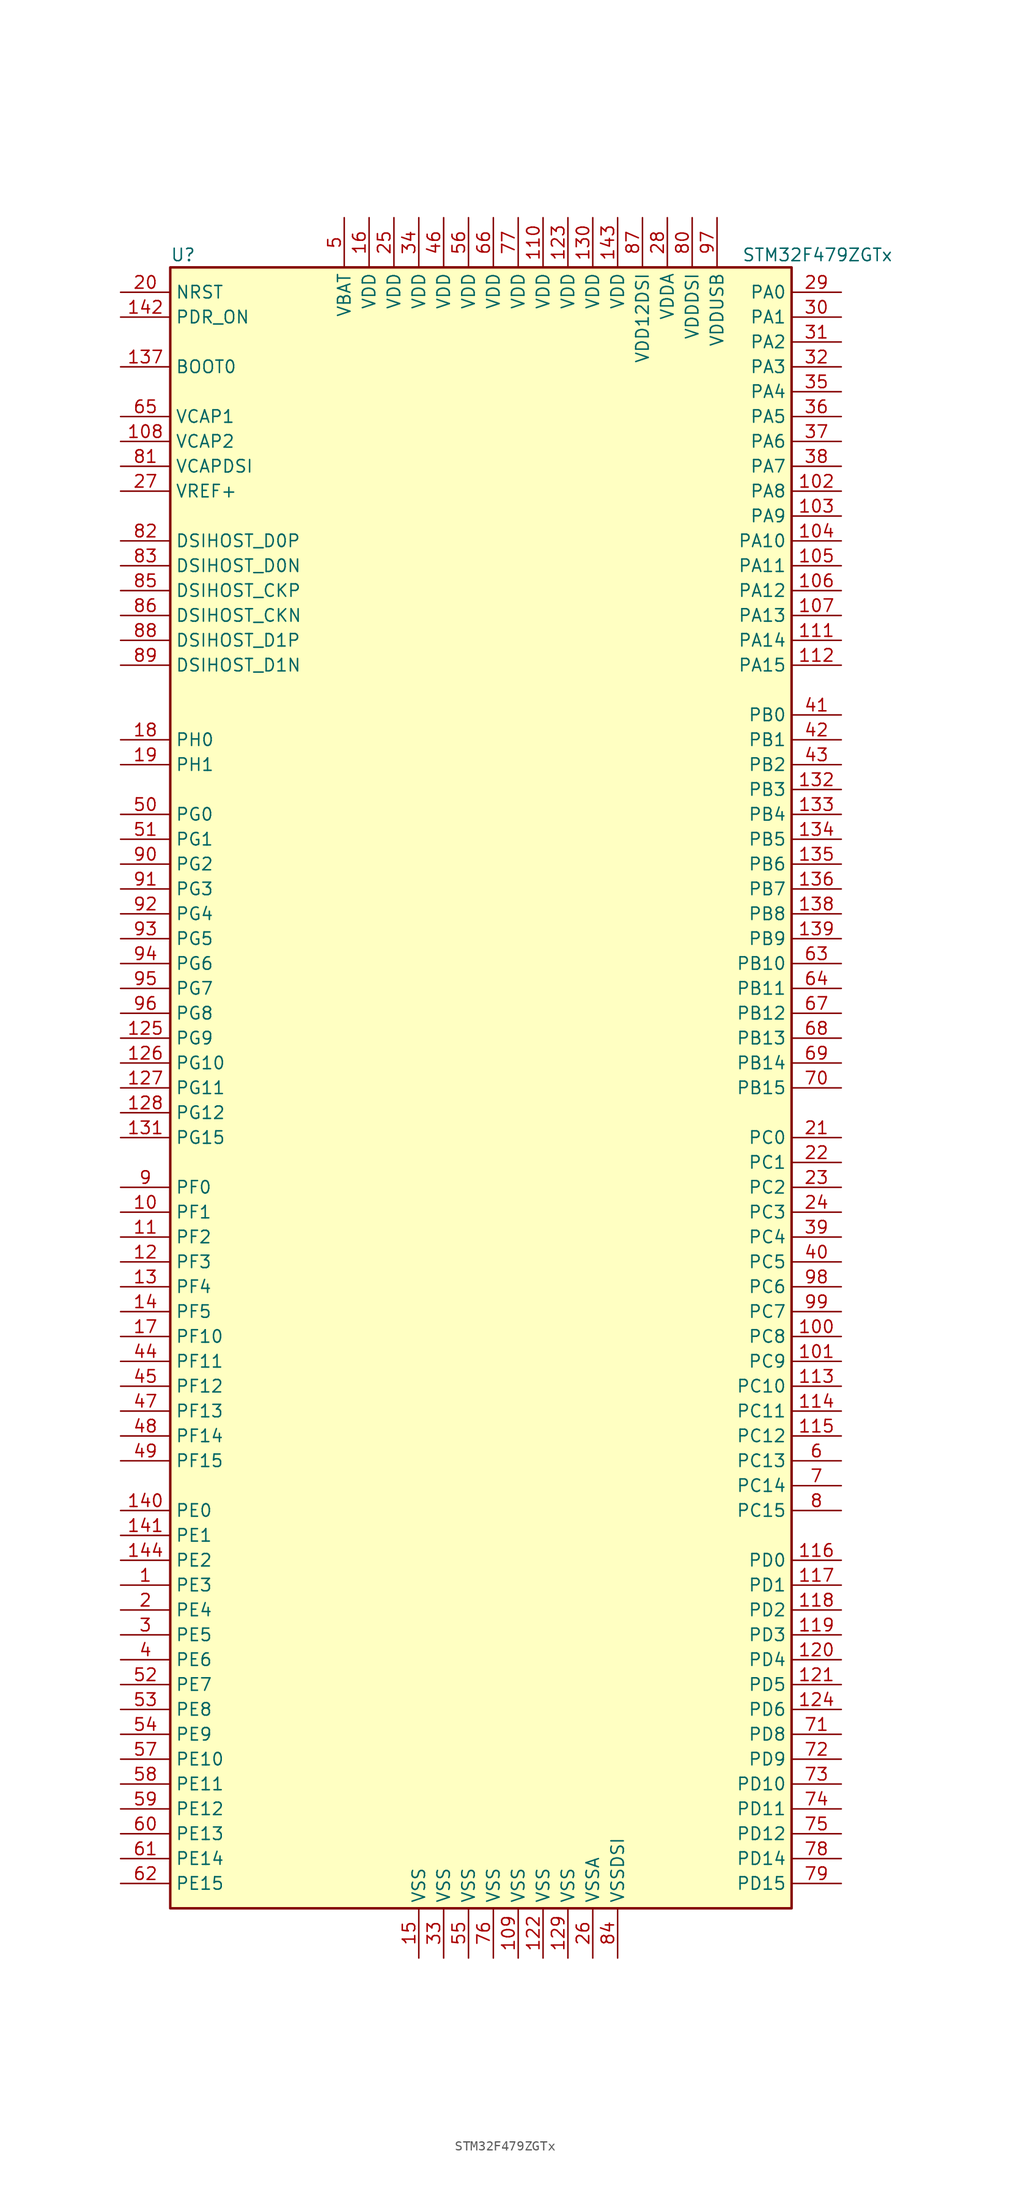
<source format=kicad_sym>
(kicad_symbol_lib
  (version 20201005)
  (generator kicad_symbol_editor)
  (symbol "STM32F479ZGTx"
    (property "Reference" "U"
      (at -33.02 85.09 0)
      (effects (font (size 1.27 1.27)) (justify left)))
    (property "Value" "STM32F479ZGTx"
      (at 25.4 85.09 0)
      (effects (font (size 1.27 1.27)) (justify left)))
    (symbol "STM32F479ZGTx_0_1"
      (rectangle (start -33.02 -83.82) (end 30.48 83.82) (stroke (width 0.254)) (fill (type background))))
    (symbol "STM32F479ZGTx_1_1"
      (pin bidirectional line (at -38.1 -50.8 0) (length 5.08) (name "PE3" (effects (font (size 1.27 1.27)))) (number "1" (effects (font (size 1.27 1.27)))))
      (pin bidirectional line (at -38.1 -12.7 0) (length 5.08) (name "PF1" (effects (font (size 1.27 1.27)))) (number "10" (effects (font (size 1.27 1.27)))))
      (pin bidirectional line (at 35.56 -25.4 180) (length 5.08) (name "PC8" (effects (font (size 1.27 1.27)))) (number "100" (effects (font (size 1.27 1.27)))))
      (pin bidirectional line (at 35.56 -27.94 180) (length 5.08) (name "PC9" (effects (font (size 1.27 1.27)))) (number "101" (effects (font (size 1.27 1.27)))))
      (pin bidirectional line (at 35.56 60.96 180) (length 5.08) (name "PA8" (effects (font (size 1.27 1.27)))) (number "102" (effects (font (size 1.27 1.27)))))
      (pin bidirectional line (at 35.56 58.42 180) (length 5.08) (name "PA9" (effects (font (size 1.27 1.27)))) (number "103" (effects (font (size 1.27 1.27)))))
      (pin bidirectional line (at 35.56 55.88 180) (length 5.08) (name "PA10" (effects (font (size 1.27 1.27)))) (number "104" (effects (font (size 1.27 1.27)))))
      (pin bidirectional line (at 35.56 53.34 180) (length 5.08) (name "PA11" (effects (font (size 1.27 1.27)))) (number "105" (effects (font (size 1.27 1.27)))))
      (pin bidirectional line (at 35.56 50.8 180) (length 5.08) (name "PA12" (effects (font (size 1.27 1.27)))) (number "106" (effects (font (size 1.27 1.27)))))
      (pin bidirectional line (at 35.56 48.26 180) (length 5.08) (name "PA13" (effects (font (size 1.27 1.27)))) (number "107" (effects (font (size 1.27 1.27)))))
      (pin power_in line (at -38.1 66.04 0) (length 5.08) (name "VCAP2" (effects (font (size 1.27 1.27)))) (number "108" (effects (font (size 1.27 1.27)))))
      (pin power_in line (at 2.54 -88.9 90) (length 5.08) (name "VSS" (effects (font (size 1.27 1.27)))) (number "109" (effects (font (size 1.27 1.27)))))
      (pin bidirectional line (at -38.1 -15.24 0) (length 5.08) (name "PF2" (effects (font (size 1.27 1.27)))) (number "11" (effects (font (size 1.27 1.27)))))
      (pin power_in line (at 5.08 88.9 270) (length 5.08) (name "VDD" (effects (font (size 1.27 1.27)))) (number "110" (effects (font (size 1.27 1.27)))))
      (pin bidirectional line (at 35.56 45.72 180) (length 5.08) (name "PA14" (effects (font (size 1.27 1.27)))) (number "111" (effects (font (size 1.27 1.27)))))
      (pin bidirectional line (at 35.56 43.18 180) (length 5.08) (name "PA15" (effects (font (size 1.27 1.27)))) (number "112" (effects (font (size 1.27 1.27)))))
      (pin bidirectional line (at 35.56 -30.48 180) (length 5.08) (name "PC10" (effects (font (size 1.27 1.27)))) (number "113" (effects (font (size 1.27 1.27)))))
      (pin bidirectional line (at 35.56 -33.02 180) (length 5.08) (name "PC11" (effects (font (size 1.27 1.27)))) (number "114" (effects (font (size 1.27 1.27)))))
      (pin bidirectional line (at 35.56 -35.56 180) (length 5.08) (name "PC12" (effects (font (size 1.27 1.27)))) (number "115" (effects (font (size 1.27 1.27)))))
      (pin bidirectional line (at 35.56 -48.26 180) (length 5.08) (name "PD0" (effects (font (size 1.27 1.27)))) (number "116" (effects (font (size 1.27 1.27)))))
      (pin bidirectional line (at 35.56 -50.8 180) (length 5.08) (name "PD1" (effects (font (size 1.27 1.27)))) (number "117" (effects (font (size 1.27 1.27)))))
      (pin bidirectional line (at 35.56 -53.34 180) (length 5.08) (name "PD2" (effects (font (size 1.27 1.27)))) (number "118" (effects (font (size 1.27 1.27)))))
      (pin bidirectional line (at 35.56 -55.88 180) (length 5.08) (name "PD3" (effects (font (size 1.27 1.27)))) (number "119" (effects (font (size 1.27 1.27)))))
      (pin bidirectional line (at -38.1 -17.78 0) (length 5.08) (name "PF3" (effects (font (size 1.27 1.27)))) (number "12" (effects (font (size 1.27 1.27)))))
      (pin bidirectional line (at 35.56 -58.42 180) (length 5.08) (name "PD4" (effects (font (size 1.27 1.27)))) (number "120" (effects (font (size 1.27 1.27)))))
      (pin bidirectional line (at 35.56 -60.96 180) (length 5.08) (name "PD5" (effects (font (size 1.27 1.27)))) (number "121" (effects (font (size 1.27 1.27)))))
      (pin power_in line (at 5.08 -88.9 90) (length 5.08) (name "VSS" (effects (font (size 1.27 1.27)))) (number "122" (effects (font (size 1.27 1.27)))))
      (pin power_in line (at 7.62 88.9 270) (length 5.08) (name "VDD" (effects (font (size 1.27 1.27)))) (number "123" (effects (font (size 1.27 1.27)))))
      (pin bidirectional line (at 35.56 -63.5 180) (length 5.08) (name "PD6" (effects (font (size 1.27 1.27)))) (number "124" (effects (font (size 1.27 1.27)))))
      (pin bidirectional line (at -38.1 5.08 0) (length 5.08) (name "PG9" (effects (font (size 1.27 1.27)))) (number "125" (effects (font (size 1.27 1.27)))))
      (pin bidirectional line (at -38.1 2.54 0) (length 5.08) (name "PG10" (effects (font (size 1.27 1.27)))) (number "126" (effects (font (size 1.27 1.27)))))
      (pin bidirectional line (at -38.1 0 0) (length 5.08) (name "PG11" (effects (font (size 1.27 1.27)))) (number "127" (effects (font (size 1.27 1.27)))))
      (pin bidirectional line (at -38.1 -2.54 0) (length 5.08) (name "PG12" (effects (font (size 1.27 1.27)))) (number "128" (effects (font (size 1.27 1.27)))))
      (pin power_in line (at 7.62 -88.9 90) (length 5.08) (name "VSS" (effects (font (size 1.27 1.27)))) (number "129" (effects (font (size 1.27 1.27)))))
      (pin bidirectional line (at -38.1 -20.32 0) (length 5.08) (name "PF4" (effects (font (size 1.27 1.27)))) (number "13" (effects (font (size 1.27 1.27)))))
      (pin power_in line (at 10.16 88.9 270) (length 5.08) (name "VDD" (effects (font (size 1.27 1.27)))) (number "130" (effects (font (size 1.27 1.27)))))
      (pin bidirectional line (at -38.1 -5.08 0) (length 5.08) (name "PG15" (effects (font (size 1.27 1.27)))) (number "131" (effects (font (size 1.27 1.27)))))
      (pin bidirectional line (at 35.56 30.48 180) (length 5.08) (name "PB3" (effects (font (size 1.27 1.27)))) (number "132" (effects (font (size 1.27 1.27)))))
      (pin bidirectional line (at 35.56 27.94 180) (length 5.08) (name "PB4" (effects (font (size 1.27 1.27)))) (number "133" (effects (font (size 1.27 1.27)))))
      (pin bidirectional line (at 35.56 25.4 180) (length 5.08) (name "PB5" (effects (font (size 1.27 1.27)))) (number "134" (effects (font (size 1.27 1.27)))))
      (pin bidirectional line (at 35.56 22.86 180) (length 5.08) (name "PB6" (effects (font (size 1.27 1.27)))) (number "135" (effects (font (size 1.27 1.27)))))
      (pin bidirectional line (at 35.56 20.32 180) (length 5.08) (name "PB7" (effects (font (size 1.27 1.27)))) (number "136" (effects (font (size 1.27 1.27)))))
      (pin input line (at -38.1 73.66 0) (length 5.08) (name "BOOT0" (effects (font (size 1.27 1.27)))) (number "137" (effects (font (size 1.27 1.27)))))
      (pin bidirectional line (at 35.56 17.78 180) (length 5.08) (name "PB8" (effects (font (size 1.27 1.27)))) (number "138" (effects (font (size 1.27 1.27)))))
      (pin bidirectional line (at 35.56 15.24 180) (length 5.08) (name "PB9" (effects (font (size 1.27 1.27)))) (number "139" (effects (font (size 1.27 1.27)))))
      (pin bidirectional line (at -38.1 -22.86 0) (length 5.08) (name "PF5" (effects (font (size 1.27 1.27)))) (number "14" (effects (font (size 1.27 1.27)))))
      (pin bidirectional line (at -38.1 -43.18 0) (length 5.08) (name "PE0" (effects (font (size 1.27 1.27)))) (number "140" (effects (font (size 1.27 1.27)))))
      (pin bidirectional line (at -38.1 -45.72 0) (length 5.08) (name "PE1" (effects (font (size 1.27 1.27)))) (number "141" (effects (font (size 1.27 1.27)))))
      (pin input line (at -38.1 78.74 0) (length 5.08) (name "PDR_ON" (effects (font (size 1.27 1.27)))) (number "142" (effects (font (size 1.27 1.27)))))
      (pin power_in line (at 12.7 88.9 270) (length 5.08) (name "VDD" (effects (font (size 1.27 1.27)))) (number "143" (effects (font (size 1.27 1.27)))))
      (pin bidirectional line (at -38.1 -48.26 0) (length 5.08) (name "PE2" (effects (font (size 1.27 1.27)))) (number "144" (effects (font (size 1.27 1.27)))))
      (pin power_in line (at -7.62 -88.9 90) (length 5.08) (name "VSS" (effects (font (size 1.27 1.27)))) (number "15" (effects (font (size 1.27 1.27)))))
      (pin power_in line (at -12.7 88.9 270) (length 5.08) (name "VDD" (effects (font (size 1.27 1.27)))) (number "16" (effects (font (size 1.27 1.27)))))
      (pin bidirectional line (at -38.1 -25.4 0) (length 5.08) (name "PF10" (effects (font (size 1.27 1.27)))) (number "17" (effects (font (size 1.27 1.27)))))
      (pin input line (at -38.1 35.56 0) (length 5.08) (name "PH0" (effects (font (size 1.27 1.27)))) (number "18" (effects (font (size 1.27 1.27)))))
      (pin input line (at -38.1 33.02 0) (length 5.08) (name "PH1" (effects (font (size 1.27 1.27)))) (number "19" (effects (font (size 1.27 1.27)))))
      (pin bidirectional line (at -38.1 -53.34 0) (length 5.08) (name "PE4" (effects (font (size 1.27 1.27)))) (number "2" (effects (font (size 1.27 1.27)))))
      (pin input line (at -38.1 81.28 0) (length 5.08) (name "NRST" (effects (font (size 1.27 1.27)))) (number "20" (effects (font (size 1.27 1.27)))))
      (pin bidirectional line (at 35.56 -5.08 180) (length 5.08) (name "PC0" (effects (font (size 1.27 1.27)))) (number "21" (effects (font (size 1.27 1.27)))))
      (pin bidirectional line (at 35.56 -7.62 180) (length 5.08) (name "PC1" (effects (font (size 1.27 1.27)))) (number "22" (effects (font (size 1.27 1.27)))))
      (pin bidirectional line (at 35.56 -10.16 180) (length 5.08) (name "PC2" (effects (font (size 1.27 1.27)))) (number "23" (effects (font (size 1.27 1.27)))))
      (pin bidirectional line (at 35.56 -12.7 180) (length 5.08) (name "PC3" (effects (font (size 1.27 1.27)))) (number "24" (effects (font (size 1.27 1.27)))))
      (pin power_in line (at -10.16 88.9 270) (length 5.08) (name "VDD" (effects (font (size 1.27 1.27)))) (number "25" (effects (font (size 1.27 1.27)))))
      (pin power_in line (at 10.16 -88.9 90) (length 5.08) (name "VSSA" (effects (font (size 1.27 1.27)))) (number "26" (effects (font (size 1.27 1.27)))))
      (pin power_in line (at -38.1 60.96 0) (length 5.08) (name "VREF+" (effects (font (size 1.27 1.27)))) (number "27" (effects (font (size 1.27 1.27)))))
      (pin power_in line (at 17.78 88.9 270) (length 5.08) (name "VDDA" (effects (font (size 1.27 1.27)))) (number "28" (effects (font (size 1.27 1.27)))))
      (pin bidirectional line (at 35.56 81.28 180) (length 5.08) (name "PA0" (effects (font (size 1.27 1.27)))) (number "29" (effects (font (size 1.27 1.27)))))
      (pin bidirectional line (at -38.1 -55.88 0) (length 5.08) (name "PE5" (effects (font (size 1.27 1.27)))) (number "3" (effects (font (size 1.27 1.27)))))
      (pin bidirectional line (at 35.56 78.74 180) (length 5.08) (name "PA1" (effects (font (size 1.27 1.27)))) (number "30" (effects (font (size 1.27 1.27)))))
      (pin bidirectional line (at 35.56 76.2 180) (length 5.08) (name "PA2" (effects (font (size 1.27 1.27)))) (number "31" (effects (font (size 1.27 1.27)))))
      (pin bidirectional line (at 35.56 73.66 180) (length 5.08) (name "PA3" (effects (font (size 1.27 1.27)))) (number "32" (effects (font (size 1.27 1.27)))))
      (pin power_in line (at -5.08 -88.9 90) (length 5.08) (name "VSS" (effects (font (size 1.27 1.27)))) (number "33" (effects (font (size 1.27 1.27)))))
      (pin power_in line (at -7.62 88.9 270) (length 5.08) (name "VDD" (effects (font (size 1.27 1.27)))) (number "34" (effects (font (size 1.27 1.27)))))
      (pin bidirectional line (at 35.56 71.12 180) (length 5.08) (name "PA4" (effects (font (size 1.27 1.27)))) (number "35" (effects (font (size 1.27 1.27)))))
      (pin bidirectional line (at 35.56 68.58 180) (length 5.08) (name "PA5" (effects (font (size 1.27 1.27)))) (number "36" (effects (font (size 1.27 1.27)))))
      (pin bidirectional line (at 35.56 66.04 180) (length 5.08) (name "PA6" (effects (font (size 1.27 1.27)))) (number "37" (effects (font (size 1.27 1.27)))))
      (pin bidirectional line (at 35.56 63.5 180) (length 5.08) (name "PA7" (effects (font (size 1.27 1.27)))) (number "38" (effects (font (size 1.27 1.27)))))
      (pin bidirectional line (at 35.56 -15.24 180) (length 5.08) (name "PC4" (effects (font (size 1.27 1.27)))) (number "39" (effects (font (size 1.27 1.27)))))
      (pin bidirectional line (at -38.1 -58.42 0) (length 5.08) (name "PE6" (effects (font (size 1.27 1.27)))) (number "4" (effects (font (size 1.27 1.27)))))
      (pin bidirectional line (at 35.56 -17.78 180) (length 5.08) (name "PC5" (effects (font (size 1.27 1.27)))) (number "40" (effects (font (size 1.27 1.27)))))
      (pin bidirectional line (at 35.56 38.1 180) (length 5.08) (name "PB0" (effects (font (size 1.27 1.27)))) (number "41" (effects (font (size 1.27 1.27)))))
      (pin bidirectional line (at 35.56 35.56 180) (length 5.08) (name "PB1" (effects (font (size 1.27 1.27)))) (number "42" (effects (font (size 1.27 1.27)))))
      (pin bidirectional line (at 35.56 33.02 180) (length 5.08) (name "PB2" (effects (font (size 1.27 1.27)))) (number "43" (effects (font (size 1.27 1.27)))))
      (pin bidirectional line (at -38.1 -27.94 0) (length 5.08) (name "PF11" (effects (font (size 1.27 1.27)))) (number "44" (effects (font (size 1.27 1.27)))))
      (pin bidirectional line (at -38.1 -30.48 0) (length 5.08) (name "PF12" (effects (font (size 1.27 1.27)))) (number "45" (effects (font (size 1.27 1.27)))))
      (pin power_in line (at -5.08 88.9 270) (length 5.08) (name "VDD" (effects (font (size 1.27 1.27)))) (number "46" (effects (font (size 1.27 1.27)))))
      (pin bidirectional line (at -38.1 -33.02 0) (length 5.08) (name "PF13" (effects (font (size 1.27 1.27)))) (number "47" (effects (font (size 1.27 1.27)))))
      (pin bidirectional line (at -38.1 -35.56 0) (length 5.08) (name "PF14" (effects (font (size 1.27 1.27)))) (number "48" (effects (font (size 1.27 1.27)))))
      (pin bidirectional line (at -38.1 -38.1 0) (length 5.08) (name "PF15" (effects (font (size 1.27 1.27)))) (number "49" (effects (font (size 1.27 1.27)))))
      (pin power_in line (at -15.24 88.9 270) (length 5.08) (name "VBAT" (effects (font (size 1.27 1.27)))) (number "5" (effects (font (size 1.27 1.27)))))
      (pin bidirectional line (at -38.1 27.94 0) (length 5.08) (name "PG0" (effects (font (size 1.27 1.27)))) (number "50" (effects (font (size 1.27 1.27)))))
      (pin bidirectional line (at -38.1 25.4 0) (length 5.08) (name "PG1" (effects (font (size 1.27 1.27)))) (number "51" (effects (font (size 1.27 1.27)))))
      (pin bidirectional line (at -38.1 -60.96 0) (length 5.08) (name "PE7" (effects (font (size 1.27 1.27)))) (number "52" (effects (font (size 1.27 1.27)))))
      (pin bidirectional line (at -38.1 -63.5 0) (length 5.08) (name "PE8" (effects (font (size 1.27 1.27)))) (number "53" (effects (font (size 1.27 1.27)))))
      (pin bidirectional line (at -38.1 -66.04 0) (length 5.08) (name "PE9" (effects (font (size 1.27 1.27)))) (number "54" (effects (font (size 1.27 1.27)))))
      (pin power_in line (at -2.54 -88.9 90) (length 5.08) (name "VSS" (effects (font (size 1.27 1.27)))) (number "55" (effects (font (size 1.27 1.27)))))
      (pin power_in line (at -2.54 88.9 270) (length 5.08) (name "VDD" (effects (font (size 1.27 1.27)))) (number "56" (effects (font (size 1.27 1.27)))))
      (pin bidirectional line (at -38.1 -68.58 0) (length 5.08) (name "PE10" (effects (font (size 1.27 1.27)))) (number "57" (effects (font (size 1.27 1.27)))))
      (pin bidirectional line (at -38.1 -71.12 0) (length 5.08) (name "PE11" (effects (font (size 1.27 1.27)))) (number "58" (effects (font (size 1.27 1.27)))))
      (pin bidirectional line (at -38.1 -73.66 0) (length 5.08) (name "PE12" (effects (font (size 1.27 1.27)))) (number "59" (effects (font (size 1.27 1.27)))))
      (pin bidirectional line (at 35.56 -38.1 180) (length 5.08) (name "PC13" (effects (font (size 1.27 1.27)))) (number "6" (effects (font (size 1.27 1.27)))))
      (pin bidirectional line (at -38.1 -76.2 0) (length 5.08) (name "PE13" (effects (font (size 1.27 1.27)))) (number "60" (effects (font (size 1.27 1.27)))))
      (pin bidirectional line (at -38.1 -78.74 0) (length 5.08) (name "PE14" (effects (font (size 1.27 1.27)))) (number "61" (effects (font (size 1.27 1.27)))))
      (pin bidirectional line (at -38.1 -81.28 0) (length 5.08) (name "PE15" (effects (font (size 1.27 1.27)))) (number "62" (effects (font (size 1.27 1.27)))))
      (pin bidirectional line (at 35.56 12.7 180) (length 5.08) (name "PB10" (effects (font (size 1.27 1.27)))) (number "63" (effects (font (size 1.27 1.27)))))
      (pin bidirectional line (at 35.56 10.16 180) (length 5.08) (name "PB11" (effects (font (size 1.27 1.27)))) (number "64" (effects (font (size 1.27 1.27)))))
      (pin power_in line (at -38.1 68.58 0) (length 5.08) (name "VCAP1" (effects (font (size 1.27 1.27)))) (number "65" (effects (font (size 1.27 1.27)))))
      (pin power_in line (at 0 88.9 270) (length 5.08) (name "VDD" (effects (font (size 1.27 1.27)))) (number "66" (effects (font (size 1.27 1.27)))))
      (pin bidirectional line (at 35.56 7.62 180) (length 5.08) (name "PB12" (effects (font (size 1.27 1.27)))) (number "67" (effects (font (size 1.27 1.27)))))
      (pin bidirectional line (at 35.56 5.08 180) (length 5.08) (name "PB13" (effects (font (size 1.27 1.27)))) (number "68" (effects (font (size 1.27 1.27)))))
      (pin bidirectional line (at 35.56 2.54 180) (length 5.08) (name "PB14" (effects (font (size 1.27 1.27)))) (number "69" (effects (font (size 1.27 1.27)))))
      (pin bidirectional line (at 35.56 -40.64 180) (length 5.08) (name "PC14" (effects (font (size 1.27 1.27)))) (number "7" (effects (font (size 1.27 1.27)))))
      (pin bidirectional line (at 35.56 0 180) (length 5.08) (name "PB15" (effects (font (size 1.27 1.27)))) (number "70" (effects (font (size 1.27 1.27)))))
      (pin bidirectional line (at 35.56 -66.04 180) (length 5.08) (name "PD8" (effects (font (size 1.27 1.27)))) (number "71" (effects (font (size 1.27 1.27)))))
      (pin bidirectional line (at 35.56 -68.58 180) (length 5.08) (name "PD9" (effects (font (size 1.27 1.27)))) (number "72" (effects (font (size 1.27 1.27)))))
      (pin bidirectional line (at 35.56 -71.12 180) (length 5.08) (name "PD10" (effects (font (size 1.27 1.27)))) (number "73" (effects (font (size 1.27 1.27)))))
      (pin bidirectional line (at 35.56 -73.66 180) (length 5.08) (name "PD11" (effects (font (size 1.27 1.27)))) (number "74" (effects (font (size 1.27 1.27)))))
      (pin bidirectional line (at 35.56 -76.2 180) (length 5.08) (name "PD12" (effects (font (size 1.27 1.27)))) (number "75" (effects (font (size 1.27 1.27)))))
      (pin power_in line (at 0 -88.9 90) (length 5.08) (name "VSS" (effects (font (size 1.27 1.27)))) (number "76" (effects (font (size 1.27 1.27)))))
      (pin power_in line (at 2.54 88.9 270) (length 5.08) (name "VDD" (effects (font (size 1.27 1.27)))) (number "77" (effects (font (size 1.27 1.27)))))
      (pin bidirectional line (at 35.56 -78.74 180) (length 5.08) (name "PD14" (effects (font (size 1.27 1.27)))) (number "78" (effects (font (size 1.27 1.27)))))
      (pin bidirectional line (at 35.56 -81.28 180) (length 5.08) (name "PD15" (effects (font (size 1.27 1.27)))) (number "79" (effects (font (size 1.27 1.27)))))
      (pin bidirectional line (at 35.56 -43.18 180) (length 5.08) (name "PC15" (effects (font (size 1.27 1.27)))) (number "8" (effects (font (size 1.27 1.27)))))
      (pin power_in line (at 20.32 88.9 270) (length 5.08) (name "VDDDSI" (effects (font (size 1.27 1.27)))) (number "80" (effects (font (size 1.27 1.27)))))
      (pin power_in line (at -38.1 63.5 0) (length 5.08) (name "VCAPDSI" (effects (font (size 1.27 1.27)))) (number "81" (effects (font (size 1.27 1.27)))))
      (pin bidirectional line (at -38.1 55.88 0) (length 5.08) (name "DSIHOST_D0P" (effects (font (size 1.27 1.27)))) (number "82" (effects (font (size 1.27 1.27)))))
      (pin bidirectional line (at -38.1 53.34 0) (length 5.08) (name "DSIHOST_D0N" (effects (font (size 1.27 1.27)))) (number "83" (effects (font (size 1.27 1.27)))))
      (pin power_in line (at 12.7 -88.9 90) (length 5.08) (name "VSSDSI" (effects (font (size 1.27 1.27)))) (number "84" (effects (font (size 1.27 1.27)))))
      (pin bidirectional line (at -38.1 50.8 0) (length 5.08) (name "DSIHOST_CKP" (effects (font (size 1.27 1.27)))) (number "85" (effects (font (size 1.27 1.27)))))
      (pin bidirectional line (at -38.1 48.26 0) (length 5.08) (name "DSIHOST_CKN" (effects (font (size 1.27 1.27)))) (number "86" (effects (font (size 1.27 1.27)))))
      (pin power_in line (at 15.24 88.9 270) (length 5.08) (name "VDD12DSI" (effects (font (size 1.27 1.27)))) (number "87" (effects (font (size 1.27 1.27)))))
      (pin bidirectional line (at -38.1 45.72 0) (length 5.08) (name "DSIHOST_D1P" (effects (font (size 1.27 1.27)))) (number "88" (effects (font (size 1.27 1.27)))))
      (pin bidirectional line (at -38.1 43.18 0) (length 5.08) (name "DSIHOST_D1N" (effects (font (size 1.27 1.27)))) (number "89" (effects (font (size 1.27 1.27)))))
      (pin bidirectional line (at -38.1 -10.16 0) (length 5.08) (name "PF0" (effects (font (size 1.27 1.27)))) (number "9" (effects (font (size 1.27 1.27)))))
      (pin bidirectional line (at -38.1 22.86 0) (length 5.08) (name "PG2" (effects (font (size 1.27 1.27)))) (number "90" (effects (font (size 1.27 1.27)))))
      (pin bidirectional line (at -38.1 20.32 0) (length 5.08) (name "PG3" (effects (font (size 1.27 1.27)))) (number "91" (effects (font (size 1.27 1.27)))))
      (pin bidirectional line (at -38.1 17.78 0) (length 5.08) (name "PG4" (effects (font (size 1.27 1.27)))) (number "92" (effects (font (size 1.27 1.27)))))
      (pin bidirectional line (at -38.1 15.24 0) (length 5.08) (name "PG5" (effects (font (size 1.27 1.27)))) (number "93" (effects (font (size 1.27 1.27)))))
      (pin bidirectional line (at -38.1 12.7 0) (length 5.08) (name "PG6" (effects (font (size 1.27 1.27)))) (number "94" (effects (font (size 1.27 1.27)))))
      (pin bidirectional line (at -38.1 10.16 0) (length 5.08) (name "PG7" (effects (font (size 1.27 1.27)))) (number "95" (effects (font (size 1.27 1.27)))))
      (pin bidirectional line (at -38.1 7.62 0) (length 5.08) (name "PG8" (effects (font (size 1.27 1.27)))) (number "96" (effects (font (size 1.27 1.27)))))
      (pin power_in line (at 22.86 88.9 270) (length 5.08) (name "VDDUSB" (effects (font (size 1.27 1.27)))) (number "97" (effects (font (size 1.27 1.27)))))
      (pin bidirectional line (at 35.56 -20.32 180) (length 5.08) (name "PC6" (effects (font (size 1.27 1.27)))) (number "98" (effects (font (size 1.27 1.27)))))
      (pin bidirectional line (at 35.56 -22.86 180) (length 5.08) (name "PC7" (effects (font (size 1.27 1.27)))) (number "99" (effects (font (size 1.27 1.27))))))))
</source>
